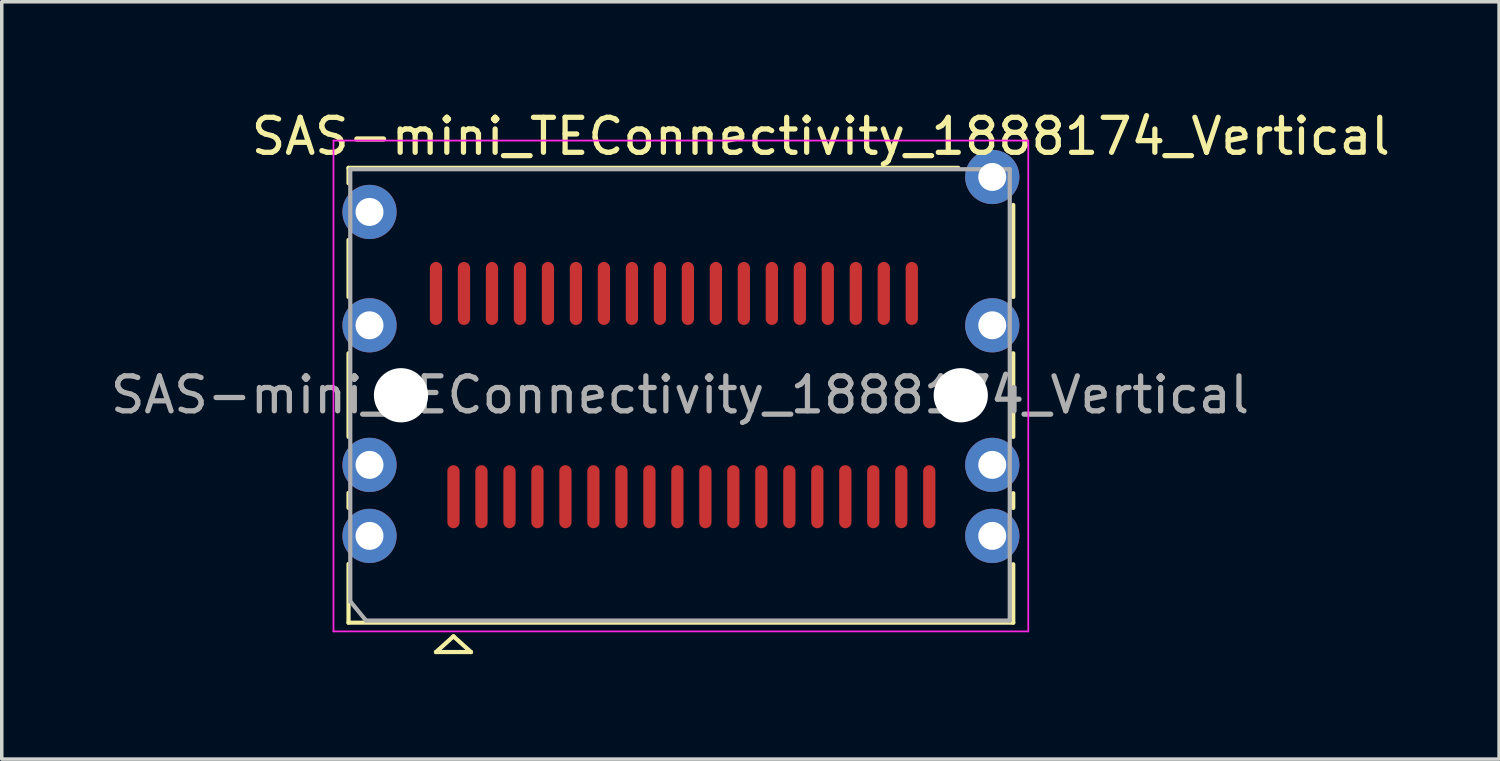
<source format=kicad_pcb>
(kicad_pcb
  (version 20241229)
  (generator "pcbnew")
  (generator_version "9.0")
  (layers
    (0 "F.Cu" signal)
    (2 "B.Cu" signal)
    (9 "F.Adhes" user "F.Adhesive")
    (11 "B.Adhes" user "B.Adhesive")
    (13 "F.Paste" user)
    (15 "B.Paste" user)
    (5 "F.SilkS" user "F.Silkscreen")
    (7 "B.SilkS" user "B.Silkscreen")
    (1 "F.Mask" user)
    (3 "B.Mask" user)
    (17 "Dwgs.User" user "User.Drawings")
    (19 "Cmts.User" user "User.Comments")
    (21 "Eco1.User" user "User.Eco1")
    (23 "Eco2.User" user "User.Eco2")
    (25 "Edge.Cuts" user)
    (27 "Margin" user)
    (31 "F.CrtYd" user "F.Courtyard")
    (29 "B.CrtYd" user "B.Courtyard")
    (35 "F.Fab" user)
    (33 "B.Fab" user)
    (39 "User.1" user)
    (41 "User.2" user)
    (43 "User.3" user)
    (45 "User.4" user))
  (footprint "SAS-mini_TEConnectivity_1888174_Vertical"
    (layer "F.Cu")
    (at 16.412 7.138)
    (property "Reference" "SAS-mini_TEConnectivity_1888174_Vertical" (at 4 -6.29 0) (layer "F.SilkS") (effects (font (size 1 1) (thickness 0.15))))
    (attr smd)
    (fp_line (start -9.5 -5.39) (end -9.5 -4.95) (stroke (width 0.12) (type solid)) (layer "F.SilkS"))
    (fp_line (start -9.5 -3.33) (end -9.5 -1.7) (stroke (width 0.12) (type solid)) (layer "F.SilkS"))
    (fp_line (start -9.5 -0.09) (end -9.5 2.299) (stroke (width 0.12) (type solid)) (layer "F.SilkS"))
    (fp_line (start -9.5 3.901) (end -9.5 4.329) (stroke (width 0.12) (type solid)) (layer "F.SilkS"))
    (fp_line (start -9.5 5.931) (end -9.5 7.61) (stroke (width 0.12) (type solid)) (layer "F.SilkS"))
    (fp_line (start -9.5 7.61) (end 9.5 7.61) (stroke (width 0.12) (type solid)) (layer "F.SilkS"))
    (fp_line (start -7 8.45) (end -6 8.45) (stroke (width 0.12) (type solid)) (layer "F.SilkS"))
    (fp_line (start -6.5 8) (end -7 8.45) (stroke (width 0.12) (type solid)) (layer "F.SilkS"))
    (fp_line (start -6 8.45) (end -6.5 8) (stroke (width 0.12) (type solid)) (layer "F.SilkS"))
    (fp_line (start 7.93 -5.39) (end -9.5 -5.39) (stroke (width 0.12) (type solid)) (layer "F.SilkS"))
    (fp_line (start 9.5 -4.33) (end 9.5 -1.7) (stroke (width 0.12) (type solid)) (layer "F.SilkS"))
    (fp_line (start 9.5 -0.09) (end 9.5 2.3) (stroke (width 0.12) (type solid)) (layer "F.SilkS"))
    (fp_line (start 9.5 3.91) (end 9.5 4.33) (stroke (width 0.12) (type solid)) (layer "F.SilkS"))
    (fp_line (start 9.5 5.94) (end 9.5 7.61) (stroke (width 0.12) (type solid)) (layer "F.SilkS"))
    (fp_line (start -9.93 -6.17) (end -9.93 7.86) (stroke (width 0.05) (type solid)) (layer "F.CrtYd"))
    (fp_line (start -9.93 -6.17) (end 9.93 -6.17) (stroke (width 0.05) (type solid)) (layer "F.CrtYd"))
    (fp_line (start 9.93 7.86) (end -9.93 7.86) (stroke (width 0.05) (type solid)) (layer "F.CrtYd"))
    (fp_line (start 9.93 7.86) (end 9.93 -6.17) (stroke (width 0.05) (type solid)) (layer "F.CrtYd"))
    (fp_line (start -9.45 -5.35) (end -9.45 7) (stroke (width 0.12) (type solid)) (layer "F.Fab"))
    (fp_line (start -9.45 7) (end -9 7.55) (stroke (width 0.12) (type solid)) (layer "F.Fab"))
    (fp_line (start -9 7.55) (end 9.4 7.55) (stroke (width 0.12) (type solid)) (layer "F.Fab"))
    (fp_line (start 9.4 -5.35) (end -9.45 -5.35) (stroke (width 0.12) (type solid)) (layer "F.Fab"))
    (fp_line (start 9.4 7.55) (end 9.4 -5.35) (stroke (width 0.12) (type solid)) (layer "F.Fab"))
    (fp_text user "${REFERENCE}" (at -0.025 1.1 0) (layer "F.Fab") (effects (font (size 1 1) (thickness 0.15))))
    (pad "" np_thru_hole circle (at -8 1.11) (size 1.55 1.55) (drill 1.55) (layers "*.Mask" "B.Cu"))
    (pad "" np_thru_hole circle (at 8 1.11) (size 1.55 1.55) (drill 1.55) (layers "*.Mask" "B.Cu"))
    (pad "1" thru_hole circle (at -8.9 -4.13) (size 1.55 1.55) (drill 0.8) (layers "*.Cu" "*.Mask"))
    (pad "2" thru_hole circle (at -8.9 -0.89) (size 1.55 1.55) (drill 0.8) (layers "*.Cu" "*.Mask"))
    (pad "3" thru_hole circle (at -8.9 3.1) (size 1.55 1.55) (drill 0.8) (layers "*.Cu" "*.Mask"))
    (pad "4" thru_hole circle (at -8.9 5.13) (size 1.55 1.55) (drill 0.8) (layers "*.Cu" "*.Mask"))
    (pad "5" thru_hole circle (at 8.9 -5.13) (size 1.55 1.55) (drill 0.8) (layers "*.Cu" "*.Mask"))
    (pad "6" thru_hole circle (at 8.9 -0.89) (size 1.55 1.55) (drill 0.8) (layers "*.Cu" "*.Mask"))
    (pad "7" thru_hole circle (at 8.9 3.1) (size 1.55 1.55) (drill 0.8) (layers "*.Cu" "*.Mask"))
    (pad "8" thru_hole circle (at 8.9 5.13) (size 1.55 1.55) (drill 0.8) (layers "*.Cu" "*.Mask"))
    (pad "A1" smd oval (at -6.5 4.01) (size 0.35 1.8) (layers "F.Cu" "F.Mask" "F.Paste"))
    (pad "A2" smd oval (at -5.7 4.01) (size 0.35 1.8) (layers "F.Cu" "F.Mask" "F.Paste"))
    (pad "A3" smd oval (at -4.9 4.01) (size 0.35 1.8) (layers "F.Cu" "F.Mask" "F.Paste"))
    (pad "A4" smd oval (at -4.1 4.01) (size 0.35 1.8) (layers "F.Cu" "F.Mask" "F.Paste"))
    (pad "A5" smd oval (at -3.3 4.01) (size 0.35 1.8) (layers "F.Cu" "F.Mask" "F.Paste"))
    (pad "A6" smd oval (at -2.5 4.01) (size 0.35 1.8) (layers "F.Cu" "F.Mask" "F.Paste"))
    (pad "A7" smd oval (at -1.7 4.01) (size 0.35 1.8) (layers "F.Cu" "F.Mask" "F.Paste"))
    (pad "A8" smd oval (at -0.9 4.01) (size 0.35 1.8) (layers "F.Cu" "F.Mask" "F.Paste"))
    (pad "A9" smd oval (at -0.1 4.01) (size 0.35 1.8) (layers "F.Cu" "F.Mask" "F.Paste"))
    (pad "A10" smd oval (at 0.7 4.01) (size 0.35 1.8) (layers "F.Cu" "F.Mask" "F.Paste"))
    (pad "A11" smd oval (at 1.5 4.01) (size 0.35 1.8) (layers "F.Cu" "F.Mask" "F.Paste"))
    (pad "A12" smd oval (at 2.3 4.01) (size 0.35 1.8) (layers "F.Cu" "F.Mask" "F.Paste"))
    (pad "A13" smd oval (at 3.1 4.01) (size 0.35 1.8) (layers "F.Cu" "F.Mask" "F.Paste"))
    (pad "A14" smd oval (at 3.9 4.01) (size 0.35 1.8) (layers "F.Cu" "F.Mask" "F.Paste"))
    (pad "A15" smd oval (at 4.7 4.01) (size 0.35 1.8) (layers "F.Cu" "F.Mask" "F.Paste"))
    (pad "A16" smd oval (at 5.5 4.01) (size 0.35 1.8) (layers "F.Cu" "F.Mask" "F.Paste"))
    (pad "A17" smd oval (at 6.3 4.01) (size 0.35 1.8) (layers "F.Cu" "F.Mask" "F.Paste"))
    (pad "A18" smd oval (at 7.1 4.01) (size 0.35 1.8) (layers "F.Cu" "F.Mask" "F.Paste"))
    (pad "B1" smd oval (at -7 -1.8) (size 0.35 1.8) (layers "F.Cu" "F.Mask" "F.Paste"))
    (pad "B2" smd oval (at -6.2 -1.8) (size 0.35 1.8) (layers "F.Cu" "F.Mask" "F.Paste"))
    (pad "B3" smd oval (at -5.4 -1.8) (size 0.35 1.8) (layers "F.Cu" "F.Mask" "F.Paste"))
    (pad "B4" smd oval (at -4.6 -1.8) (size 0.35 1.8) (layers "F.Cu" "F.Mask" "F.Paste"))
    (pad "B5" smd oval (at -3.8 -1.8) (size 0.35 1.8) (layers "F.Cu" "F.Mask" "F.Paste"))
    (pad "B6" smd oval (at -3 -1.8) (size 0.35 1.8) (layers "F.Cu" "F.Mask" "F.Paste"))
    (pad "B7" smd oval (at -2.2 -1.8) (size 0.35 1.8) (layers "F.Cu" "F.Mask" "F.Paste"))
    (pad "B8" smd oval (at -1.4 -1.8) (size 0.35 1.8) (layers "F.Cu" "F.Mask" "F.Paste"))
    (pad "B9" smd oval (at -0.6 -1.8) (size 0.35 1.8) (layers "F.Cu" "F.Mask" "F.Paste"))
    (pad "B10" smd oval (at 0.2 -1.8) (size 0.35 1.8) (layers "F.Cu" "F.Mask" "F.Paste"))
    (pad "B11" smd oval (at 1 -1.8) (size 0.35 1.8) (layers "F.Cu" "F.Mask" "F.Paste"))
    (pad "B12" smd oval (at 1.8 -1.8) (size 0.35 1.8) (layers "F.Cu" "F.Mask" "F.Paste"))
    (pad "B13" smd oval (at 2.6 -1.8) (size 0.35 1.8) (layers "F.Cu" "F.Mask" "F.Paste"))
    (pad "B14" smd oval (at 3.4 -1.8) (size 0.35 1.8) (layers "F.Cu" "F.Mask" "F.Paste"))
    (pad "B15" smd oval (at 4.2 -1.8) (size 0.35 1.8) (layers "F.Cu" "F.Mask" "F.Paste"))
    (pad "B16" smd oval (at 5 -1.8) (size 0.35 1.8) (layers "F.Cu" "F.Mask" "F.Paste"))
    (pad "B17" smd oval (at 5.8 -1.8) (size 0.35 1.8) (layers "F.Cu" "F.Mask" "F.Paste"))
    (pad "B18" smd oval (at 6.6 -1.8) (size 0.35 1.8) (layers "F.Cu" "F.Mask" "F.Paste")))
  (gr_rect
    (start -3 -3)
    (end 39.799 18.648)
    (stroke (width 0.1) (type default))
    (fill no)
    (layer "Edge.Cuts")))
</source>
